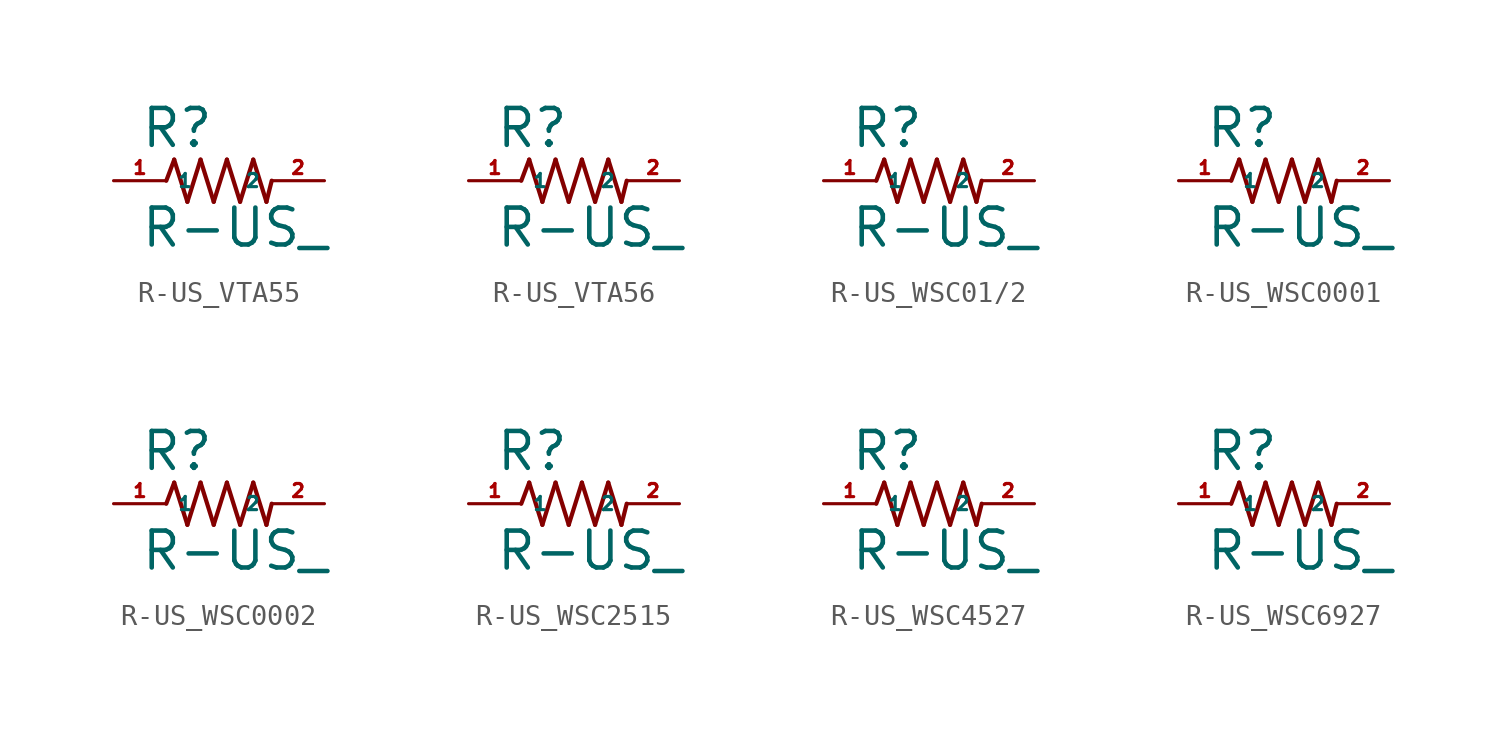
<source format=kicad_sym>
(kicad_symbol_lib
  (version 20220914)
  (generator Eagle2Kicad)
  (symbol "R-US_VTA55"
    (property "Reference" "R"
      (at -3.81 1.499 0)
      (effects (font (size 1.778 1.778) (thickness 0.22)) (justify left bottom)))
    (property "Value" "R-US_"
      (at -3.81 -3.302 0)
      (effects (font (size 1.778 1.778) (thickness 0.22)) (justify left bottom)))
    (polyline
      (pts (xy -2.54 0) (xy -2.159 1.016))
      (stroke (width 0.203) (type default))
      (fill (type none)))
    (polyline
      (pts (xy -2.159 1.016) (xy -1.524 -1.016))
      (stroke (width 0.203) (type default))
      (fill (type none)))
    (polyline
      (pts (xy -1.524 -1.016) (xy -0.889 1.016))
      (stroke (width 0.203) (type default))
      (fill (type none)))
    (polyline
      (pts (xy -0.889 1.016) (xy -0.254 -1.016))
      (stroke (width 0.203) (type default))
      (fill (type none)))
    (polyline
      (pts (xy -0.254 -1.016) (xy 0.381 1.016))
      (stroke (width 0.203) (type default))
      (fill (type none)))
    (polyline
      (pts (xy 0.381 1.016) (xy 1.016 -1.016))
      (stroke (width 0.203) (type default))
      (fill (type none)))
    (polyline
      (pts (xy 1.016 -1.016) (xy 1.651 1.016))
      (stroke (width 0.203) (type default))
      (fill (type none)))
    (polyline
      (pts (xy 1.651 1.016) (xy 2.286 -1.016))
      (stroke (width 0.203) (type default))
      (fill (type none)))
    (polyline
      (pts (xy 2.286 -1.016) (xy 2.54 0))
      (stroke (width 0.203) (type default))
      (fill (type none)))
    (pin passive line
      (at 5.08 0 180)
      (length 2.54)
      (name "2" (effects (font (size 0.635 0.635) (thickness 0.08)) (justify left bottom)))
      (number "2" (effects (font (size 0.635 0.635) (thickness 0.08)) (justify left bottom))))
    (pin passive line
      (at -5.08 0 0)
      (length 2.54)
      (name "1" (effects (font (size 0.635 0.635) (thickness 0.08)) (justify left bottom)))
      (number "1" (effects (font (size 0.635 0.635) (thickness 0.08)) (justify left bottom)))))
  (symbol "R-US_VTA56"
    (property "Reference" "R"
      (at -3.81 1.499 0)
      (effects (font (size 1.778 1.778) (thickness 0.22)) (justify left bottom)))
    (property "Value" "R-US_"
      (at -3.81 -3.302 0)
      (effects (font (size 1.778 1.778) (thickness 0.22)) (justify left bottom)))
    (polyline
      (pts (xy -2.54 0) (xy -2.159 1.016))
      (stroke (width 0.203) (type default))
      (fill (type none)))
    (polyline
      (pts (xy -2.159 1.016) (xy -1.524 -1.016))
      (stroke (width 0.203) (type default))
      (fill (type none)))
    (polyline
      (pts (xy -1.524 -1.016) (xy -0.889 1.016))
      (stroke (width 0.203) (type default))
      (fill (type none)))
    (polyline
      (pts (xy -0.889 1.016) (xy -0.254 -1.016))
      (stroke (width 0.203) (type default))
      (fill (type none)))
    (polyline
      (pts (xy -0.254 -1.016) (xy 0.381 1.016))
      (stroke (width 0.203) (type default))
      (fill (type none)))
    (polyline
      (pts (xy 0.381 1.016) (xy 1.016 -1.016))
      (stroke (width 0.203) (type default))
      (fill (type none)))
    (polyline
      (pts (xy 1.016 -1.016) (xy 1.651 1.016))
      (stroke (width 0.203) (type default))
      (fill (type none)))
    (polyline
      (pts (xy 1.651 1.016) (xy 2.286 -1.016))
      (stroke (width 0.203) (type default))
      (fill (type none)))
    (polyline
      (pts (xy 2.286 -1.016) (xy 2.54 0))
      (stroke (width 0.203) (type default))
      (fill (type none)))
    (pin passive line
      (at 5.08 0 180)
      (length 2.54)
      (name "2" (effects (font (size 0.635 0.635) (thickness 0.08)) (justify left bottom)))
      (number "2" (effects (font (size 0.635 0.635) (thickness 0.08)) (justify left bottom))))
    (pin passive line
      (at -5.08 0 0)
      (length 2.54)
      (name "1" (effects (font (size 0.635 0.635) (thickness 0.08)) (justify left bottom)))
      (number "1" (effects (font (size 0.635 0.635) (thickness 0.08)) (justify left bottom)))))
  (symbol "R-US_WSC01/2"
    (property "Reference" "R"
      (at -3.81 1.499 0)
      (effects (font (size 1.778 1.778) (thickness 0.22)) (justify left bottom)))
    (property "Value" "R-US_"
      (at -3.81 -3.302 0)
      (effects (font (size 1.778 1.778) (thickness 0.22)) (justify left bottom)))
    (polyline
      (pts (xy -2.54 0) (xy -2.159 1.016))
      (stroke (width 0.203) (type default))
      (fill (type none)))
    (polyline
      (pts (xy -2.159 1.016) (xy -1.524 -1.016))
      (stroke (width 0.203) (type default))
      (fill (type none)))
    (polyline
      (pts (xy -1.524 -1.016) (xy -0.889 1.016))
      (stroke (width 0.203) (type default))
      (fill (type none)))
    (polyline
      (pts (xy -0.889 1.016) (xy -0.254 -1.016))
      (stroke (width 0.203) (type default))
      (fill (type none)))
    (polyline
      (pts (xy -0.254 -1.016) (xy 0.381 1.016))
      (stroke (width 0.203) (type default))
      (fill (type none)))
    (polyline
      (pts (xy 0.381 1.016) (xy 1.016 -1.016))
      (stroke (width 0.203) (type default))
      (fill (type none)))
    (polyline
      (pts (xy 1.016 -1.016) (xy 1.651 1.016))
      (stroke (width 0.203) (type default))
      (fill (type none)))
    (polyline
      (pts (xy 1.651 1.016) (xy 2.286 -1.016))
      (stroke (width 0.203) (type default))
      (fill (type none)))
    (polyline
      (pts (xy 2.286 -1.016) (xy 2.54 0))
      (stroke (width 0.203) (type default))
      (fill (type none)))
    (pin passive line
      (at 5.08 0 180)
      (length 2.54)
      (name "2" (effects (font (size 0.635 0.635) (thickness 0.08)) (justify left bottom)))
      (number "2" (effects (font (size 0.635 0.635) (thickness 0.08)) (justify left bottom))))
    (pin passive line
      (at -5.08 0 0)
      (length 2.54)
      (name "1" (effects (font (size 0.635 0.635) (thickness 0.08)) (justify left bottom)))
      (number "1" (effects (font (size 0.635 0.635) (thickness 0.08)) (justify left bottom)))))
  (symbol "R-US_WSC0001"
    (property "Reference" "R"
      (at -3.81 1.499 0)
      (effects (font (size 1.778 1.778) (thickness 0.22)) (justify left bottom)))
    (property "Value" "R-US_"
      (at -3.81 -3.302 0)
      (effects (font (size 1.778 1.778) (thickness 0.22)) (justify left bottom)))
    (polyline
      (pts (xy -2.54 0) (xy -2.159 1.016))
      (stroke (width 0.203) (type default))
      (fill (type none)))
    (polyline
      (pts (xy -2.159 1.016) (xy -1.524 -1.016))
      (stroke (width 0.203) (type default))
      (fill (type none)))
    (polyline
      (pts (xy -1.524 -1.016) (xy -0.889 1.016))
      (stroke (width 0.203) (type default))
      (fill (type none)))
    (polyline
      (pts (xy -0.889 1.016) (xy -0.254 -1.016))
      (stroke (width 0.203) (type default))
      (fill (type none)))
    (polyline
      (pts (xy -0.254 -1.016) (xy 0.381 1.016))
      (stroke (width 0.203) (type default))
      (fill (type none)))
    (polyline
      (pts (xy 0.381 1.016) (xy 1.016 -1.016))
      (stroke (width 0.203) (type default))
      (fill (type none)))
    (polyline
      (pts (xy 1.016 -1.016) (xy 1.651 1.016))
      (stroke (width 0.203) (type default))
      (fill (type none)))
    (polyline
      (pts (xy 1.651 1.016) (xy 2.286 -1.016))
      (stroke (width 0.203) (type default))
      (fill (type none)))
    (polyline
      (pts (xy 2.286 -1.016) (xy 2.54 0))
      (stroke (width 0.203) (type default))
      (fill (type none)))
    (pin passive line
      (at 5.08 0 180)
      (length 2.54)
      (name "2" (effects (font (size 0.635 0.635) (thickness 0.08)) (justify left bottom)))
      (number "2" (effects (font (size 0.635 0.635) (thickness 0.08)) (justify left bottom))))
    (pin passive line
      (at -5.08 0 0)
      (length 2.54)
      (name "1" (effects (font (size 0.635 0.635) (thickness 0.08)) (justify left bottom)))
      (number "1" (effects (font (size 0.635 0.635) (thickness 0.08)) (justify left bottom)))))
  (symbol "R-US_WSC0002"
    (property "Reference" "R"
      (at -3.81 1.499 0)
      (effects (font (size 1.778 1.778) (thickness 0.22)) (justify left bottom)))
    (property "Value" "R-US_"
      (at -3.81 -3.302 0)
      (effects (font (size 1.778 1.778) (thickness 0.22)) (justify left bottom)))
    (polyline
      (pts (xy -2.54 0) (xy -2.159 1.016))
      (stroke (width 0.203) (type default))
      (fill (type none)))
    (polyline
      (pts (xy -2.159 1.016) (xy -1.524 -1.016))
      (stroke (width 0.203) (type default))
      (fill (type none)))
    (polyline
      (pts (xy -1.524 -1.016) (xy -0.889 1.016))
      (stroke (width 0.203) (type default))
      (fill (type none)))
    (polyline
      (pts (xy -0.889 1.016) (xy -0.254 -1.016))
      (stroke (width 0.203) (type default))
      (fill (type none)))
    (polyline
      (pts (xy -0.254 -1.016) (xy 0.381 1.016))
      (stroke (width 0.203) (type default))
      (fill (type none)))
    (polyline
      (pts (xy 0.381 1.016) (xy 1.016 -1.016))
      (stroke (width 0.203) (type default))
      (fill (type none)))
    (polyline
      (pts (xy 1.016 -1.016) (xy 1.651 1.016))
      (stroke (width 0.203) (type default))
      (fill (type none)))
    (polyline
      (pts (xy 1.651 1.016) (xy 2.286 -1.016))
      (stroke (width 0.203) (type default))
      (fill (type none)))
    (polyline
      (pts (xy 2.286 -1.016) (xy 2.54 0))
      (stroke (width 0.203) (type default))
      (fill (type none)))
    (pin passive line
      (at 5.08 0 180)
      (length 2.54)
      (name "2" (effects (font (size 0.635 0.635) (thickness 0.08)) (justify left bottom)))
      (number "2" (effects (font (size 0.635 0.635) (thickness 0.08)) (justify left bottom))))
    (pin passive line
      (at -5.08 0 0)
      (length 2.54)
      (name "1" (effects (font (size 0.635 0.635) (thickness 0.08)) (justify left bottom)))
      (number "1" (effects (font (size 0.635 0.635) (thickness 0.08)) (justify left bottom)))))
  (symbol "R-US_WSC2515"
    (property "Reference" "R"
      (at -3.81 1.499 0)
      (effects (font (size 1.778 1.778) (thickness 0.22)) (justify left bottom)))
    (property "Value" "R-US_"
      (at -3.81 -3.302 0)
      (effects (font (size 1.778 1.778) (thickness 0.22)) (justify left bottom)))
    (polyline
      (pts (xy -2.54 0) (xy -2.159 1.016))
      (stroke (width 0.203) (type default))
      (fill (type none)))
    (polyline
      (pts (xy -2.159 1.016) (xy -1.524 -1.016))
      (stroke (width 0.203) (type default))
      (fill (type none)))
    (polyline
      (pts (xy -1.524 -1.016) (xy -0.889 1.016))
      (stroke (width 0.203) (type default))
      (fill (type none)))
    (polyline
      (pts (xy -0.889 1.016) (xy -0.254 -1.016))
      (stroke (width 0.203) (type default))
      (fill (type none)))
    (polyline
      (pts (xy -0.254 -1.016) (xy 0.381 1.016))
      (stroke (width 0.203) (type default))
      (fill (type none)))
    (polyline
      (pts (xy 0.381 1.016) (xy 1.016 -1.016))
      (stroke (width 0.203) (type default))
      (fill (type none)))
    (polyline
      (pts (xy 1.016 -1.016) (xy 1.651 1.016))
      (stroke (width 0.203) (type default))
      (fill (type none)))
    (polyline
      (pts (xy 1.651 1.016) (xy 2.286 -1.016))
      (stroke (width 0.203) (type default))
      (fill (type none)))
    (polyline
      (pts (xy 2.286 -1.016) (xy 2.54 0))
      (stroke (width 0.203) (type default))
      (fill (type none)))
    (pin passive line
      (at 5.08 0 180)
      (length 2.54)
      (name "2" (effects (font (size 0.635 0.635) (thickness 0.08)) (justify left bottom)))
      (number "2" (effects (font (size 0.635 0.635) (thickness 0.08)) (justify left bottom))))
    (pin passive line
      (at -5.08 0 0)
      (length 2.54)
      (name "1" (effects (font (size 0.635 0.635) (thickness 0.08)) (justify left bottom)))
      (number "1" (effects (font (size 0.635 0.635) (thickness 0.08)) (justify left bottom)))))
  (symbol "R-US_WSC4527"
    (property "Reference" "R"
      (at -3.81 1.499 0)
      (effects (font (size 1.778 1.778) (thickness 0.22)) (justify left bottom)))
    (property "Value" "R-US_"
      (at -3.81 -3.302 0)
      (effects (font (size 1.778 1.778) (thickness 0.22)) (justify left bottom)))
    (polyline
      (pts (xy -2.54 0) (xy -2.159 1.016))
      (stroke (width 0.203) (type default))
      (fill (type none)))
    (polyline
      (pts (xy -2.159 1.016) (xy -1.524 -1.016))
      (stroke (width 0.203) (type default))
      (fill (type none)))
    (polyline
      (pts (xy -1.524 -1.016) (xy -0.889 1.016))
      (stroke (width 0.203) (type default))
      (fill (type none)))
    (polyline
      (pts (xy -0.889 1.016) (xy -0.254 -1.016))
      (stroke (width 0.203) (type default))
      (fill (type none)))
    (polyline
      (pts (xy -0.254 -1.016) (xy 0.381 1.016))
      (stroke (width 0.203) (type default))
      (fill (type none)))
    (polyline
      (pts (xy 0.381 1.016) (xy 1.016 -1.016))
      (stroke (width 0.203) (type default))
      (fill (type none)))
    (polyline
      (pts (xy 1.016 -1.016) (xy 1.651 1.016))
      (stroke (width 0.203) (type default))
      (fill (type none)))
    (polyline
      (pts (xy 1.651 1.016) (xy 2.286 -1.016))
      (stroke (width 0.203) (type default))
      (fill (type none)))
    (polyline
      (pts (xy 2.286 -1.016) (xy 2.54 0))
      (stroke (width 0.203) (type default))
      (fill (type none)))
    (pin passive line
      (at 5.08 0 180)
      (length 2.54)
      (name "2" (effects (font (size 0.635 0.635) (thickness 0.08)) (justify left bottom)))
      (number "2" (effects (font (size 0.635 0.635) (thickness 0.08)) (justify left bottom))))
    (pin passive line
      (at -5.08 0 0)
      (length 2.54)
      (name "1" (effects (font (size 0.635 0.635) (thickness 0.08)) (justify left bottom)))
      (number "1" (effects (font (size 0.635 0.635) (thickness 0.08)) (justify left bottom)))))
  (symbol "R-US_WSC6927"
    (property "Reference" "R"
      (at -3.81 1.499 0)
      (effects (font (size 1.778 1.778) (thickness 0.22)) (justify left bottom)))
    (property "Value" "R-US_"
      (at -3.81 -3.302 0)
      (effects (font (size 1.778 1.778) (thickness 0.22)) (justify left bottom)))
    (polyline
      (pts (xy -2.54 0) (xy -2.159 1.016))
      (stroke (width 0.203) (type default))
      (fill (type none)))
    (polyline
      (pts (xy -2.159 1.016) (xy -1.524 -1.016))
      (stroke (width 0.203) (type default))
      (fill (type none)))
    (polyline
      (pts (xy -1.524 -1.016) (xy -0.889 1.016))
      (stroke (width 0.203) (type default))
      (fill (type none)))
    (polyline
      (pts (xy -0.889 1.016) (xy -0.254 -1.016))
      (stroke (width 0.203) (type default))
      (fill (type none)))
    (polyline
      (pts (xy -0.254 -1.016) (xy 0.381 1.016))
      (stroke (width 0.203) (type default))
      (fill (type none)))
    (polyline
      (pts (xy 0.381 1.016) (xy 1.016 -1.016))
      (stroke (width 0.203) (type default))
      (fill (type none)))
    (polyline
      (pts (xy 1.016 -1.016) (xy 1.651 1.016))
      (stroke (width 0.203) (type default))
      (fill (type none)))
    (polyline
      (pts (xy 1.651 1.016) (xy 2.286 -1.016))
      (stroke (width 0.203) (type default))
      (fill (type none)))
    (polyline
      (pts (xy 2.286 -1.016) (xy 2.54 0))
      (stroke (width 0.203) (type default))
      (fill (type none)))
    (pin passive line
      (at 5.08 0 180)
      (length 2.54)
      (name "2" (effects (font (size 0.635 0.635) (thickness 0.08)) (justify left bottom)))
      (number "2" (effects (font (size 0.635 0.635) (thickness 0.08)) (justify left bottom))))
    (pin passive line
      (at -5.08 0 0)
      (length 2.54)
      (name "1" (effects (font (size 0.635 0.635) (thickness 0.08)) (justify left bottom)))
      (number "1" (effects (font (size 0.635 0.635) (thickness 0.08)) (justify left bottom))))))
</source>
